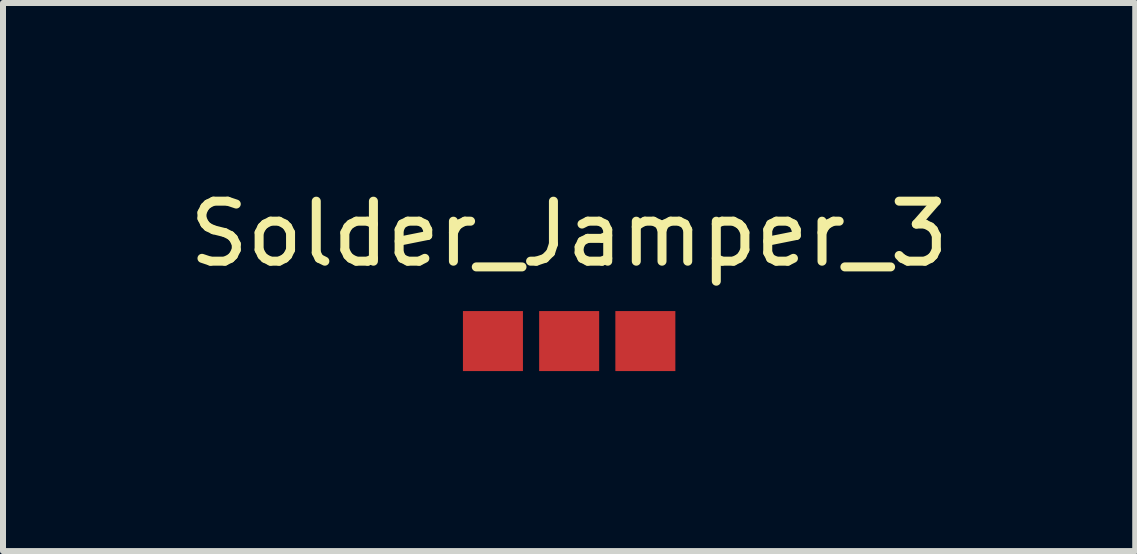
<source format=kicad_pcb>
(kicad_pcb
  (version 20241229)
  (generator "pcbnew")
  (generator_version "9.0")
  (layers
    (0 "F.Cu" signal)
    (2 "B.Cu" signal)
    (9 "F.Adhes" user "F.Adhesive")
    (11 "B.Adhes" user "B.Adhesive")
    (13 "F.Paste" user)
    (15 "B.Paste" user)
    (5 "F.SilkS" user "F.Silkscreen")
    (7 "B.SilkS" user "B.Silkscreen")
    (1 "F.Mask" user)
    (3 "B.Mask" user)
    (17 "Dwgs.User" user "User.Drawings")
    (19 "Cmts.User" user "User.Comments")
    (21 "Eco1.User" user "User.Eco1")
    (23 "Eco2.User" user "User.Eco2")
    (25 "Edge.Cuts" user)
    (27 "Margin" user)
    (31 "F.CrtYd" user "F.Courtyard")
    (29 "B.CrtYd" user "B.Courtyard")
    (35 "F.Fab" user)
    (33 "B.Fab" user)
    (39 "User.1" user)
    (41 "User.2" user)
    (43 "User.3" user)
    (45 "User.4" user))
  (footprint "Solder_Jamper_3"
    (layer "F.Cu")
    (at 6.435 0.348)
    (property "Reference" "Solder_Jamper_3" (at 0 0.5 0) (layer "F.SilkS") (effects (font (size 1 1) (thickness 0.15))))
    (attr through_hole)
    (pad "1" smd trapezoid (at -1.27 2.286) (size 1 1) (layers "F.Cu" "F.Mask" "F.Paste"))
    (pad "2" smd trapezoid (at 0 2.286) (size 1 1) (layers "F.Cu" "F.Mask" "F.Paste"))
    (pad "3" smd trapezoid (at 1.27 2.286) (size 1 1) (layers "F.Cu" "F.Mask" "F.Paste")))
  (gr_rect
    (start -3 -3)
    (end 15.869 6.134)
    (stroke (width 0.1) (type default))
    (fill no)
    (layer "Edge.Cuts")))
</source>
